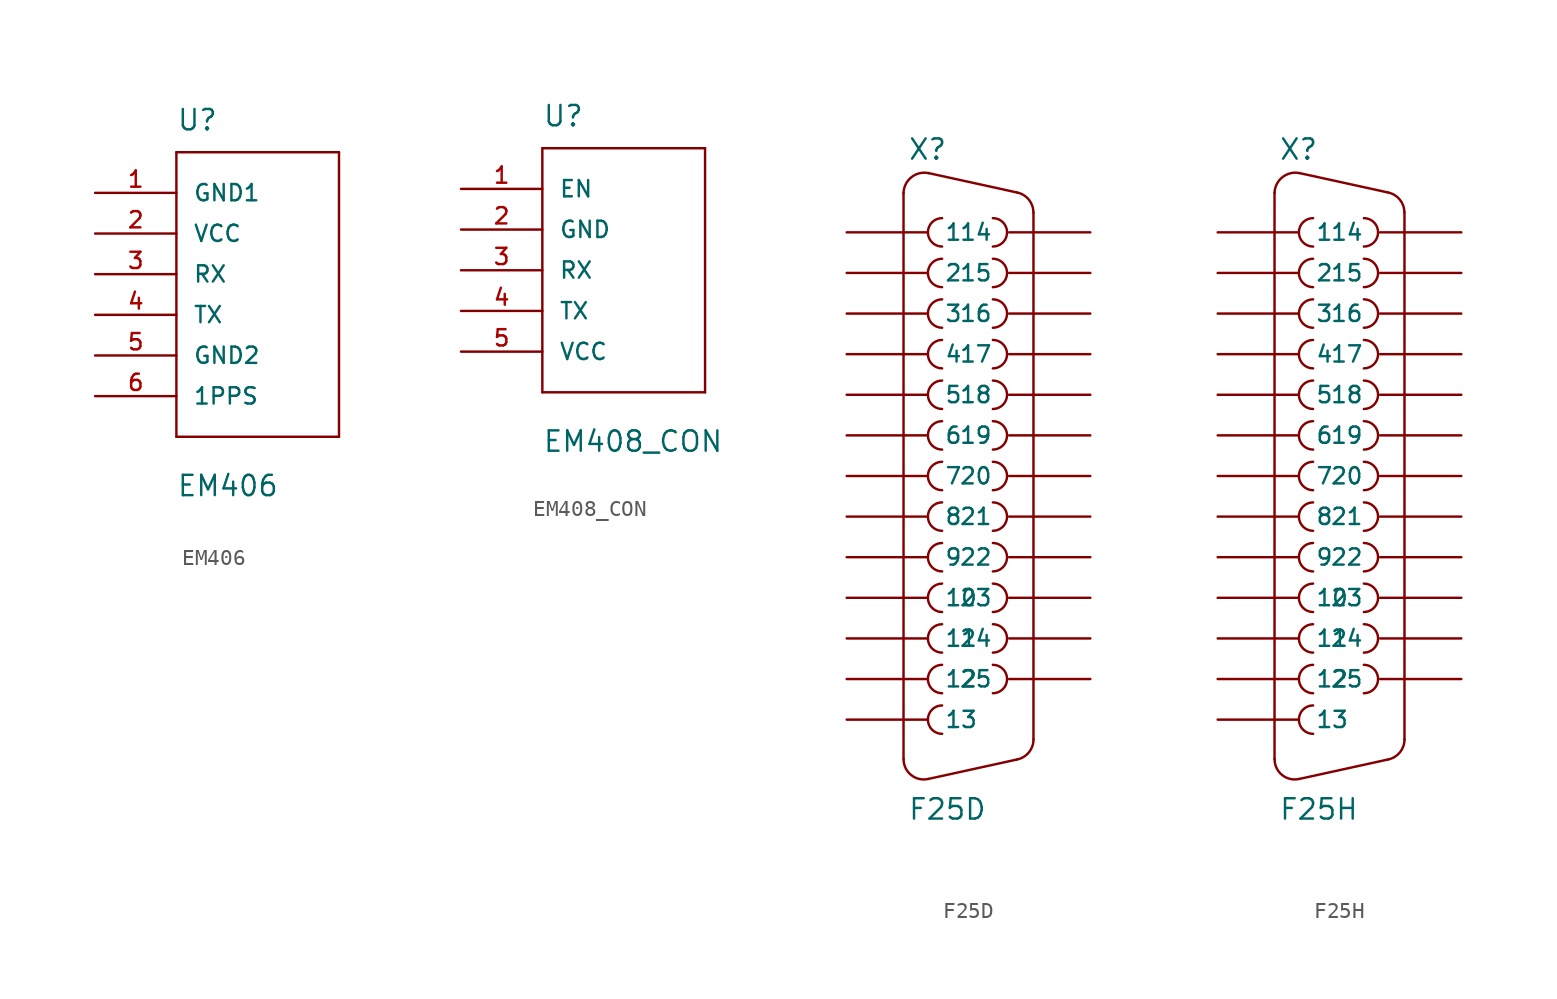
<source format=kicad_sym>
(kicad_symbol_lib
  (version 20211014)
  (generator kicad_symbol_editor)
  (symbol "EM406"
    (pin_names
      (offset 1.016))
    (property "Reference" "U"
      (at -7.62 8.89 0)
      (effects (font (size 1.27 1.27)) (justify left bottom)))
    (property "Value" "EM406"
      (at -7.62 -13.97 0)
      (effects (font (size 1.27 1.27)) (justify left bottom)))
    (property "Datasheet" ""
      (at 0 0 0)
      (effects (font (size 1.524 1.524))))
    (property "ki_locked" ""
      (at 0 0 0)
      (effects (font (size 1.27 1.27))))
    (symbol "EM406_1_0"
      (polyline (pts (xy -7.62 -10.16) (xy -7.62 7.62)) (stroke (width 0) (type default) (color 0 0 0 0)) (fill (type none)))
      (polyline (pts (xy -7.62 7.62) (xy 2.54 7.62)) (stroke (width 0) (type default) (color 0 0 0 0)) (fill (type none)))
      (polyline (pts (xy 2.54 -10.16) (xy -7.62 -10.16)) (stroke (width 0) (type default) (color 0 0 0 0)) (fill (type none)))
      (polyline (pts (xy 2.54 7.62) (xy 2.54 -10.16)) (stroke (width 0) (type default) (color 0 0 0 0)) (fill (type none))))
    (symbol "EM406_1_1"
      (pin bidirectional line (at -12.7 5.08 0) (length 5.08) (name "GND1" (effects (font (size 1.016 1.016)))) (number "1" (effects (font (size 1.016 1.016)))))
      (pin bidirectional line (at -12.7 2.54 0) (length 5.08) (name "VCC" (effects (font (size 1.016 1.016)))) (number "2" (effects (font (size 1.016 1.016)))))
      (pin bidirectional line (at -12.7 0 0) (length 5.08) (name "RX" (effects (font (size 1.016 1.016)))) (number "3" (effects (font (size 1.016 1.016)))))
      (pin bidirectional line (at -12.7 -2.54 0) (length 5.08) (name "TX" (effects (font (size 1.016 1.016)))) (number "4" (effects (font (size 1.016 1.016)))))
      (pin bidirectional line (at -12.7 -5.08 0) (length 5.08) (name "GND2" (effects (font (size 1.016 1.016)))) (number "5" (effects (font (size 1.016 1.016)))))
      (pin bidirectional line (at -12.7 -7.62 0) (length 5.08) (name "1PPS" (effects (font (size 1.016 1.016)))) (number "6" (effects (font (size 1.016 1.016)))))))
  (symbol "EM408_CON"
    (pin_names
      (offset 1.016))
    (property "Reference" "U"
      (at 0 8.89 0)
      (effects (font (size 1.27 1.27)) (justify left bottom)))
    (property "Value" "EM408_CON"
      (at 0 -11.43 0)
      (effects (font (size 1.27 1.27)) (justify left bottom)))
    (property "Datasheet" ""
      (at 0 0 0)
      (effects (font (size 1.524 1.524))))
    (property "ki_locked" ""
      (at 0 0 0)
      (effects (font (size 1.27 1.27))))
    (symbol "EM408_CON_1_0"
      (polyline (pts (xy 0 -7.62) (xy 10.16 -7.62)) (stroke (width 0) (type default) (color 0 0 0 0)) (fill (type none)))
      (polyline (pts (xy 0 7.62) (xy 0 -7.62)) (stroke (width 0) (type default) (color 0 0 0 0)) (fill (type none)))
      (polyline (pts (xy 10.16 -7.62) (xy 10.16 7.62)) (stroke (width 0) (type default) (color 0 0 0 0)) (fill (type none)))
      (polyline (pts (xy 10.16 7.62) (xy 0 7.62)) (stroke (width 0) (type default) (color 0 0 0 0)) (fill (type none))))
    (symbol "EM408_CON_1_1"
      (pin bidirectional line (at -5.08 5.08 0) (length 5.08) (name "EN" (effects (font (size 1.016 1.016)))) (number "1" (effects (font (size 1.016 1.016)))))
      (pin bidirectional line (at -5.08 2.54 0) (length 5.08) (name "GND" (effects (font (size 1.016 1.016)))) (number "2" (effects (font (size 1.016 1.016)))))
      (pin bidirectional line (at -5.08 0 0) (length 5.08) (name "RX" (effects (font (size 1.016 1.016)))) (number "3" (effects (font (size 1.016 1.016)))))
      (pin bidirectional line (at -5.08 -2.54 0) (length 5.08) (name "TX" (effects (font (size 1.016 1.016)))) (number "4" (effects (font (size 1.016 1.016)))))
      (pin bidirectional line (at -5.08 -5.08 0) (length 5.08) (name "VCC" (effects (font (size 1.016 1.016)))) (number "5" (effects (font (size 1.016 1.016)))))))
  (symbol "F25D"
    (pin_numbers hide)
    (pin_names
      (offset 1.016))
    (property "Reference" "X"
      (at -3.81 19.685 0)
      (effects (font (size 1.27 1.27)) (justify left bottom)))
    (property "Value" "F25D"
      (at -3.81 -21.59 0)
      (effects (font (size 1.27 1.27)) (justify left bottom)))
    (property "Datasheet" ""
      (at 0 0 0)
      (effects (font (size 1.524 1.524))))
    (property "ki_locked" ""
      (at 0 0 0)
      (effects (font (size 1.27 1.27))))
    (symbol "F25D_1_0"
      (polyline (pts (xy -4.064 -17.704) (xy -4.064 17.704)) (stroke (width 0) (type default) (color 0 0 0 0)) (fill (type none)))
      (polyline (pts (xy -2.515 -18.948) (xy 3.048 -17.729)) (stroke (width 0) (type default) (color 0 0 0 0)) (fill (type none)))
      (polyline (pts (xy -2.515 18.948) (xy 3.048 17.729)) (stroke (width 0) (type default) (color 0 0 0 0)) (fill (type none)))
      (polyline (pts (xy 4.064 -16.485) (xy 4.064 16.485)) (stroke (width 0) (type default) (color 0 0 0 0)) (fill (type none))))
    (symbol "F25D_1_1"
      (arc (start -4.064 -17.7038) (mid -3.5879 -18.7072) (end -2.5146 -18.9484) (stroke (width 0) (type default) (color 0 0 0 0)) (fill (type none)))
      (arc (start -2.5146 18.9484) (mid -3.572 18.6877) (end -4.064 17.7038) (stroke (width 0) (type default) (color 0 0 0 0)) (fill (type none)))
      (arc (start -1.651 -14.351) (mid -2.54 -15.24) (end -1.651 -16.129) (stroke (width 0) (type default) (color 0 0 0 0)) (fill (type none)))
      (arc (start -1.651 -11.811) (mid -2.54 -12.7) (end -1.651 -13.589) (stroke (width 0) (type default) (color 0 0 0 0)) (fill (type none)))
      (arc (start -1.651 -9.271) (mid -2.54 -10.16) (end -1.651 -11.049) (stroke (width 0) (type default) (color 0 0 0 0)) (fill (type none)))
      (arc (start -1.651 -6.731) (mid -2.54 -7.62) (end -1.651 -8.509) (stroke (width 0) (type default) (color 0 0 0 0)) (fill (type none)))
      (arc (start -1.651 -4.191) (mid -2.54 -5.08) (end -1.651 -5.969) (stroke (width 0) (type default) (color 0 0 0 0)) (fill (type none)))
      (arc (start -1.651 -1.651) (mid -2.54 -2.54) (end -1.651 -3.429) (stroke (width 0) (type default) (color 0 0 0 0)) (fill (type none)))
      (arc (start -1.651 0.889) (mid -2.54 0) (end -1.651 -0.889) (stroke (width 0) (type default) (color 0 0 0 0)) (fill (type none)))
      (arc (start -1.651 3.429) (mid -2.54 2.54) (end -1.651 1.651) (stroke (width 0) (type default) (color 0 0 0 0)) (fill (type none)))
      (arc (start -1.651 5.969) (mid -2.54 5.08) (end -1.651 4.191) (stroke (width 0) (type default) (color 0 0 0 0)) (fill (type none)))
      (arc (start -1.651 8.509) (mid -2.54 7.62) (end -1.651 6.731) (stroke (width 0) (type default) (color 0 0 0 0)) (fill (type none)))
      (arc (start -1.651 11.049) (mid -2.54 10.16) (end -1.651 9.271) (stroke (width 0) (type default) (color 0 0 0 0)) (fill (type none)))
      (arc (start -1.651 13.589) (mid -2.54 12.7) (end -1.651 11.811) (stroke (width 0) (type default) (color 0 0 0 0)) (fill (type none)))
      (arc (start -1.651 16.129) (mid -2.54 15.24) (end -1.651 14.351) (stroke (width 0) (type default) (color 0 0 0 0)) (fill (type none)))
      (arc (start 1.524 -13.589) (mid 2.413 -12.7) (end 1.524 -11.811) (stroke (width 0) (type default) (color 0 0 0 0)) (fill (type none)))
      (arc (start 1.524 -11.049) (mid 2.413 -10.16) (end 1.524 -9.271) (stroke (width 0) (type default) (color 0 0 0 0)) (fill (type none)))
      (arc (start 1.524 -8.509) (mid 2.413 -7.62) (end 1.524 -6.731) (stroke (width 0) (type default) (color 0 0 0 0)) (fill (type none)))
      (arc (start 1.524 -5.969) (mid 2.413 -5.08) (end 1.524 -4.191) (stroke (width 0) (type default) (color 0 0 0 0)) (fill (type none)))
      (arc (start 1.524 -3.429) (mid 2.413 -2.54) (end 1.524 -1.651) (stroke (width 0) (type default) (color 0 0 0 0)) (fill (type none)))
      (arc (start 1.524 -0.889) (mid 2.413 0) (end 1.524 0.889) (stroke (width 0) (type default) (color 0 0 0 0)) (fill (type none)))
      (arc (start 1.524 1.651) (mid 2.413 2.54) (end 1.524 3.429) (stroke (width 0) (type default) (color 0 0 0 0)) (fill (type none)))
      (arc (start 1.524 4.191) (mid 2.413 5.08) (end 1.524 5.969) (stroke (width 0) (type default) (color 0 0 0 0)) (fill (type none)))
      (arc (start 1.524 6.731) (mid 2.413 7.62) (end 1.524 8.509) (stroke (width 0) (type default) (color 0 0 0 0)) (fill (type none)))
      (arc (start 1.524 9.271) (mid 2.413 10.16) (end 1.524 11.049) (stroke (width 0) (type default) (color 0 0 0 0)) (fill (type none)))
      (arc (start 1.524 11.811) (mid 2.413 12.7) (end 1.524 13.589) (stroke (width 0) (type default) (color 0 0 0 0)) (fill (type none)))
      (arc (start 1.524 14.351) (mid 2.413 15.24) (end 1.524 16.129) (stroke (width 0) (type default) (color 0 0 0 0)) (fill (type none)))
      (arc (start 3.048 -17.7292) (mid 3.7779 -17.288) (end 4.064 -16.4846) (stroke (width 0) (type default) (color 0 0 0 0)) (fill (type none)))
      (arc (start 4.064 16.4846) (mid 3.7777 17.2878) (end 3.048 17.7292) (stroke (width 0) (type default) (color 0 0 0 0)) (fill (type none)))
      (pin passive line (at -7.62 15.24 0) (length 5.08) (name "1" (effects (font (size 1.016 1.016)))) (number "1" (effects (font (size 1.016 1.016)))))
      (pin passive line (at -7.62 -7.62 0) (length 5.08) (name "10" (effects (font (size 1.016 1.016)))) (number "10" (effects (font (size 1.016 1.016)))))
      (pin passive line (at -7.62 -10.16 0) (length 5.08) (name "11" (effects (font (size 1.016 1.016)))) (number "11" (effects (font (size 1.016 1.016)))))
      (pin passive line (at -7.62 -12.7 0) (length 5.08) (name "12" (effects (font (size 1.016 1.016)))) (number "12" (effects (font (size 1.016 1.016)))))
      (pin passive line (at -7.62 -15.24 0) (length 5.08) (name "13" (effects (font (size 1.016 1.016)))) (number "13" (effects (font (size 1.016 1.016)))))
      (pin passive line (at 7.62 15.24 180) (length 5.08) (name "14" (effects (font (size 1.016 1.016)))) (number "14" (effects (font (size 1.016 1.016)))))
      (pin passive line (at 7.62 12.7 180) (length 5.08) (name "15" (effects (font (size 1.016 1.016)))) (number "15" (effects (font (size 1.016 1.016)))))
      (pin passive line (at 7.62 10.16 180) (length 5.08) (name "16" (effects (font (size 1.016 1.016)))) (number "16" (effects (font (size 1.016 1.016)))))
      (pin passive line (at 7.62 7.62 180) (length 5.08) (name "17" (effects (font (size 1.016 1.016)))) (number "17" (effects (font (size 1.016 1.016)))))
      (pin passive line (at 7.62 5.08 180) (length 5.08) (name "18" (effects (font (size 1.016 1.016)))) (number "18" (effects (font (size 1.016 1.016)))))
      (pin passive line (at 7.62 2.54 180) (length 5.08) (name "19" (effects (font (size 1.016 1.016)))) (number "19" (effects (font (size 1.016 1.016)))))
      (pin passive line (at -7.62 12.7 0) (length 5.08) (name "2" (effects (font (size 1.016 1.016)))) (number "2" (effects (font (size 1.016 1.016)))))
      (pin passive line (at 7.62 0 180) (length 5.08) (name "20" (effects (font (size 1.016 1.016)))) (number "20" (effects (font (size 1.016 1.016)))))
      (pin passive line (at 7.62 -2.54 180) (length 5.08) (name "21" (effects (font (size 1.016 1.016)))) (number "21" (effects (font (size 1.016 1.016)))))
      (pin passive line (at 7.62 -5.08 180) (length 5.08) (name "22" (effects (font (size 1.016 1.016)))) (number "22" (effects (font (size 1.016 1.016)))))
      (pin passive line (at 7.62 -7.62 180) (length 5.08) (name "23" (effects (font (size 1.016 1.016)))) (number "23" (effects (font (size 1.016 1.016)))))
      (pin passive line (at 7.62 -10.16 180) (length 5.08) (name "24" (effects (font (size 1.016 1.016)))) (number "24" (effects (font (size 1.016 1.016)))))
      (pin passive line (at 7.62 -12.7 180) (length 5.08) (name "25" (effects (font (size 1.016 1.016)))) (number "25" (effects (font (size 1.016 1.016)))))
      (pin passive line (at -7.62 10.16 0) (length 5.08) (name "3" (effects (font (size 1.016 1.016)))) (number "3" (effects (font (size 1.016 1.016)))))
      (pin passive line (at -7.62 7.62 0) (length 5.08) (name "4" (effects (font (size 1.016 1.016)))) (number "4" (effects (font (size 1.016 1.016)))))
      (pin passive line (at -7.62 5.08 0) (length 5.08) (name "5" (effects (font (size 1.016 1.016)))) (number "5" (effects (font (size 1.016 1.016)))))
      (pin passive line (at -7.62 2.54 0) (length 5.08) (name "6" (effects (font (size 1.016 1.016)))) (number "6" (effects (font (size 1.016 1.016)))))
      (pin passive line (at -7.62 0 0) (length 5.08) (name "7" (effects (font (size 1.016 1.016)))) (number "7" (effects (font (size 1.016 1.016)))))
      (pin passive line (at -7.62 -2.54 0) (length 5.08) (name "8" (effects (font (size 1.016 1.016)))) (number "8" (effects (font (size 1.016 1.016)))))
      (pin passive line (at -7.62 -5.08 0) (length 5.08) (name "9" (effects (font (size 1.016 1.016)))) (number "9" (effects (font (size 1.016 1.016)))))))
  (symbol "F25H"
    (pin_numbers hide)
    (pin_names
      (offset 1.016))
    (property "Reference" "X"
      (at -3.81 19.685 0)
      (effects (font (size 1.27 1.27)) (justify left bottom)))
    (property "Value" "F25H"
      (at -3.81 -21.59 0)
      (effects (font (size 1.27 1.27)) (justify left bottom)))
    (property "Datasheet" ""
      (at 0 0 0)
      (effects (font (size 1.524 1.524))))
    (property "ki_locked" ""
      (at 0 0 0)
      (effects (font (size 1.27 1.27))))
    (symbol "F25H_1_0"
      (polyline (pts (xy -4.064 -17.704) (xy -4.064 17.704)) (stroke (width 0) (type default) (color 0 0 0 0)) (fill (type none)))
      (polyline (pts (xy -2.515 -18.948) (xy 3.048 -17.729)) (stroke (width 0) (type default) (color 0 0 0 0)) (fill (type none)))
      (polyline (pts (xy -2.515 18.948) (xy 3.048 17.729)) (stroke (width 0) (type default) (color 0 0 0 0)) (fill (type none)))
      (polyline (pts (xy 4.064 -16.485) (xy 4.064 16.485)) (stroke (width 0) (type default) (color 0 0 0 0)) (fill (type none))))
    (symbol "F25H_1_1"
      (arc (start -4.064 -17.7038) (mid -3.5879 -18.7072) (end -2.5146 -18.9484) (stroke (width 0) (type default) (color 0 0 0 0)) (fill (type none)))
      (arc (start -2.5146 18.9484) (mid -3.572 18.6877) (end -4.064 17.7038) (stroke (width 0) (type default) (color 0 0 0 0)) (fill (type none)))
      (arc (start -1.651 -14.351) (mid -2.54 -15.24) (end -1.651 -16.129) (stroke (width 0) (type default) (color 0 0 0 0)) (fill (type none)))
      (arc (start -1.651 -11.811) (mid -2.54 -12.7) (end -1.651 -13.589) (stroke (width 0) (type default) (color 0 0 0 0)) (fill (type none)))
      (arc (start -1.651 -9.271) (mid -2.54 -10.16) (end -1.651 -11.049) (stroke (width 0) (type default) (color 0 0 0 0)) (fill (type none)))
      (arc (start -1.651 -6.731) (mid -2.54 -7.62) (end -1.651 -8.509) (stroke (width 0) (type default) (color 0 0 0 0)) (fill (type none)))
      (arc (start -1.651 -4.191) (mid -2.54 -5.08) (end -1.651 -5.969) (stroke (width 0) (type default) (color 0 0 0 0)) (fill (type none)))
      (arc (start -1.651 -1.651) (mid -2.54 -2.54) (end -1.651 -3.429) (stroke (width 0) (type default) (color 0 0 0 0)) (fill (type none)))
      (arc (start -1.651 0.889) (mid -2.54 0) (end -1.651 -0.889) (stroke (width 0) (type default) (color 0 0 0 0)) (fill (type none)))
      (arc (start -1.651 3.429) (mid -2.54 2.54) (end -1.651 1.651) (stroke (width 0) (type default) (color 0 0 0 0)) (fill (type none)))
      (arc (start -1.651 5.969) (mid -2.54 5.08) (end -1.651 4.191) (stroke (width 0) (type default) (color 0 0 0 0)) (fill (type none)))
      (arc (start -1.651 8.509) (mid -2.54 7.62) (end -1.651 6.731) (stroke (width 0) (type default) (color 0 0 0 0)) (fill (type none)))
      (arc (start -1.651 11.049) (mid -2.54 10.16) (end -1.651 9.271) (stroke (width 0) (type default) (color 0 0 0 0)) (fill (type none)))
      (arc (start -1.651 13.589) (mid -2.54 12.7) (end -1.651 11.811) (stroke (width 0) (type default) (color 0 0 0 0)) (fill (type none)))
      (arc (start -1.651 16.129) (mid -2.54 15.24) (end -1.651 14.351) (stroke (width 0) (type default) (color 0 0 0 0)) (fill (type none)))
      (arc (start 1.524 -13.589) (mid 2.413 -12.7) (end 1.524 -11.811) (stroke (width 0) (type default) (color 0 0 0 0)) (fill (type none)))
      (arc (start 1.524 -11.049) (mid 2.413 -10.16) (end 1.524 -9.271) (stroke (width 0) (type default) (color 0 0 0 0)) (fill (type none)))
      (arc (start 1.524 -8.509) (mid 2.413 -7.62) (end 1.524 -6.731) (stroke (width 0) (type default) (color 0 0 0 0)) (fill (type none)))
      (arc (start 1.524 -5.969) (mid 2.413 -5.08) (end 1.524 -4.191) (stroke (width 0) (type default) (color 0 0 0 0)) (fill (type none)))
      (arc (start 1.524 -3.429) (mid 2.413 -2.54) (end 1.524 -1.651) (stroke (width 0) (type default) (color 0 0 0 0)) (fill (type none)))
      (arc (start 1.524 -0.889) (mid 2.413 0) (end 1.524 0.889) (stroke (width 0) (type default) (color 0 0 0 0)) (fill (type none)))
      (arc (start 1.524 1.651) (mid 2.413 2.54) (end 1.524 3.429) (stroke (width 0) (type default) (color 0 0 0 0)) (fill (type none)))
      (arc (start 1.524 4.191) (mid 2.413 5.08) (end 1.524 5.969) (stroke (width 0) (type default) (color 0 0 0 0)) (fill (type none)))
      (arc (start 1.524 6.731) (mid 2.413 7.62) (end 1.524 8.509) (stroke (width 0) (type default) (color 0 0 0 0)) (fill (type none)))
      (arc (start 1.524 9.271) (mid 2.413 10.16) (end 1.524 11.049) (stroke (width 0) (type default) (color 0 0 0 0)) (fill (type none)))
      (arc (start 1.524 11.811) (mid 2.413 12.7) (end 1.524 13.589) (stroke (width 0) (type default) (color 0 0 0 0)) (fill (type none)))
      (arc (start 1.524 14.351) (mid 2.413 15.24) (end 1.524 16.129) (stroke (width 0) (type default) (color 0 0 0 0)) (fill (type none)))
      (arc (start 3.048 -17.7292) (mid 3.7779 -17.288) (end 4.064 -16.4846) (stroke (width 0) (type default) (color 0 0 0 0)) (fill (type none)))
      (arc (start 4.064 16.4846) (mid 3.7777 17.2878) (end 3.048 17.7292) (stroke (width 0) (type default) (color 0 0 0 0)) (fill (type none)))
      (pin passive line (at -7.62 15.24 0) (length 5.08) (name "1" (effects (font (size 1.016 1.016)))) (number "1" (effects (font (size 1.016 1.016)))))
      (pin passive line (at -7.62 -7.62 0) (length 5.08) (name "10" (effects (font (size 1.016 1.016)))) (number "10" (effects (font (size 1.016 1.016)))))
      (pin passive line (at -7.62 -10.16 0) (length 5.08) (name "11" (effects (font (size 1.016 1.016)))) (number "11" (effects (font (size 1.016 1.016)))))
      (pin passive line (at -7.62 -12.7 0) (length 5.08) (name "12" (effects (font (size 1.016 1.016)))) (number "12" (effects (font (size 1.016 1.016)))))
      (pin passive line (at -7.62 -15.24 0) (length 5.08) (name "13" (effects (font (size 1.016 1.016)))) (number "13" (effects (font (size 1.016 1.016)))))
      (pin passive line (at 7.62 15.24 180) (length 5.08) (name "14" (effects (font (size 1.016 1.016)))) (number "14" (effects (font (size 1.016 1.016)))))
      (pin passive line (at 7.62 12.7 180) (length 5.08) (name "15" (effects (font (size 1.016 1.016)))) (number "15" (effects (font (size 1.016 1.016)))))
      (pin passive line (at 7.62 10.16 180) (length 5.08) (name "16" (effects (font (size 1.016 1.016)))) (number "16" (effects (font (size 1.016 1.016)))))
      (pin passive line (at 7.62 7.62 180) (length 5.08) (name "17" (effects (font (size 1.016 1.016)))) (number "17" (effects (font (size 1.016 1.016)))))
      (pin passive line (at 7.62 5.08 180) (length 5.08) (name "18" (effects (font (size 1.016 1.016)))) (number "18" (effects (font (size 1.016 1.016)))))
      (pin passive line (at 7.62 2.54 180) (length 5.08) (name "19" (effects (font (size 1.016 1.016)))) (number "19" (effects (font (size 1.016 1.016)))))
      (pin passive line (at -7.62 12.7 0) (length 5.08) (name "2" (effects (font (size 1.016 1.016)))) (number "2" (effects (font (size 1.016 1.016)))))
      (pin passive line (at 7.62 0 180) (length 5.08) (name "20" (effects (font (size 1.016 1.016)))) (number "20" (effects (font (size 1.016 1.016)))))
      (pin passive line (at 7.62 -2.54 180) (length 5.08) (name "21" (effects (font (size 1.016 1.016)))) (number "21" (effects (font (size 1.016 1.016)))))
      (pin passive line (at 7.62 -5.08 180) (length 5.08) (name "22" (effects (font (size 1.016 1.016)))) (number "22" (effects (font (size 1.016 1.016)))))
      (pin passive line (at 7.62 -7.62 180) (length 5.08) (name "23" (effects (font (size 1.016 1.016)))) (number "23" (effects (font (size 1.016 1.016)))))
      (pin passive line (at 7.62 -10.16 180) (length 5.08) (name "24" (effects (font (size 1.016 1.016)))) (number "24" (effects (font (size 1.016 1.016)))))
      (pin passive line (at 7.62 -12.7 180) (length 5.08) (name "25" (effects (font (size 1.016 1.016)))) (number "25" (effects (font (size 1.016 1.016)))))
      (pin passive line (at -7.62 10.16 0) (length 5.08) (name "3" (effects (font (size 1.016 1.016)))) (number "3" (effects (font (size 1.016 1.016)))))
      (pin passive line (at -7.62 7.62 0) (length 5.08) (name "4" (effects (font (size 1.016 1.016)))) (number "4" (effects (font (size 1.016 1.016)))))
      (pin passive line (at -7.62 5.08 0) (length 5.08) (name "5" (effects (font (size 1.016 1.016)))) (number "5" (effects (font (size 1.016 1.016)))))
      (pin passive line (at -7.62 2.54 0) (length 5.08) (name "6" (effects (font (size 1.016 1.016)))) (number "6" (effects (font (size 1.016 1.016)))))
      (pin passive line (at -7.62 0 0) (length 5.08) (name "7" (effects (font (size 1.016 1.016)))) (number "7" (effects (font (size 1.016 1.016)))))
      (pin passive line (at -7.62 -2.54 0) (length 5.08) (name "8" (effects (font (size 1.016 1.016)))) (number "8" (effects (font (size 1.016 1.016)))))
      (pin passive line (at -7.62 -5.08 0) (length 5.08) (name "9" (effects (font (size 1.016 1.016)))) (number "9" (effects (font (size 1.016 1.016))))))))
</source>
